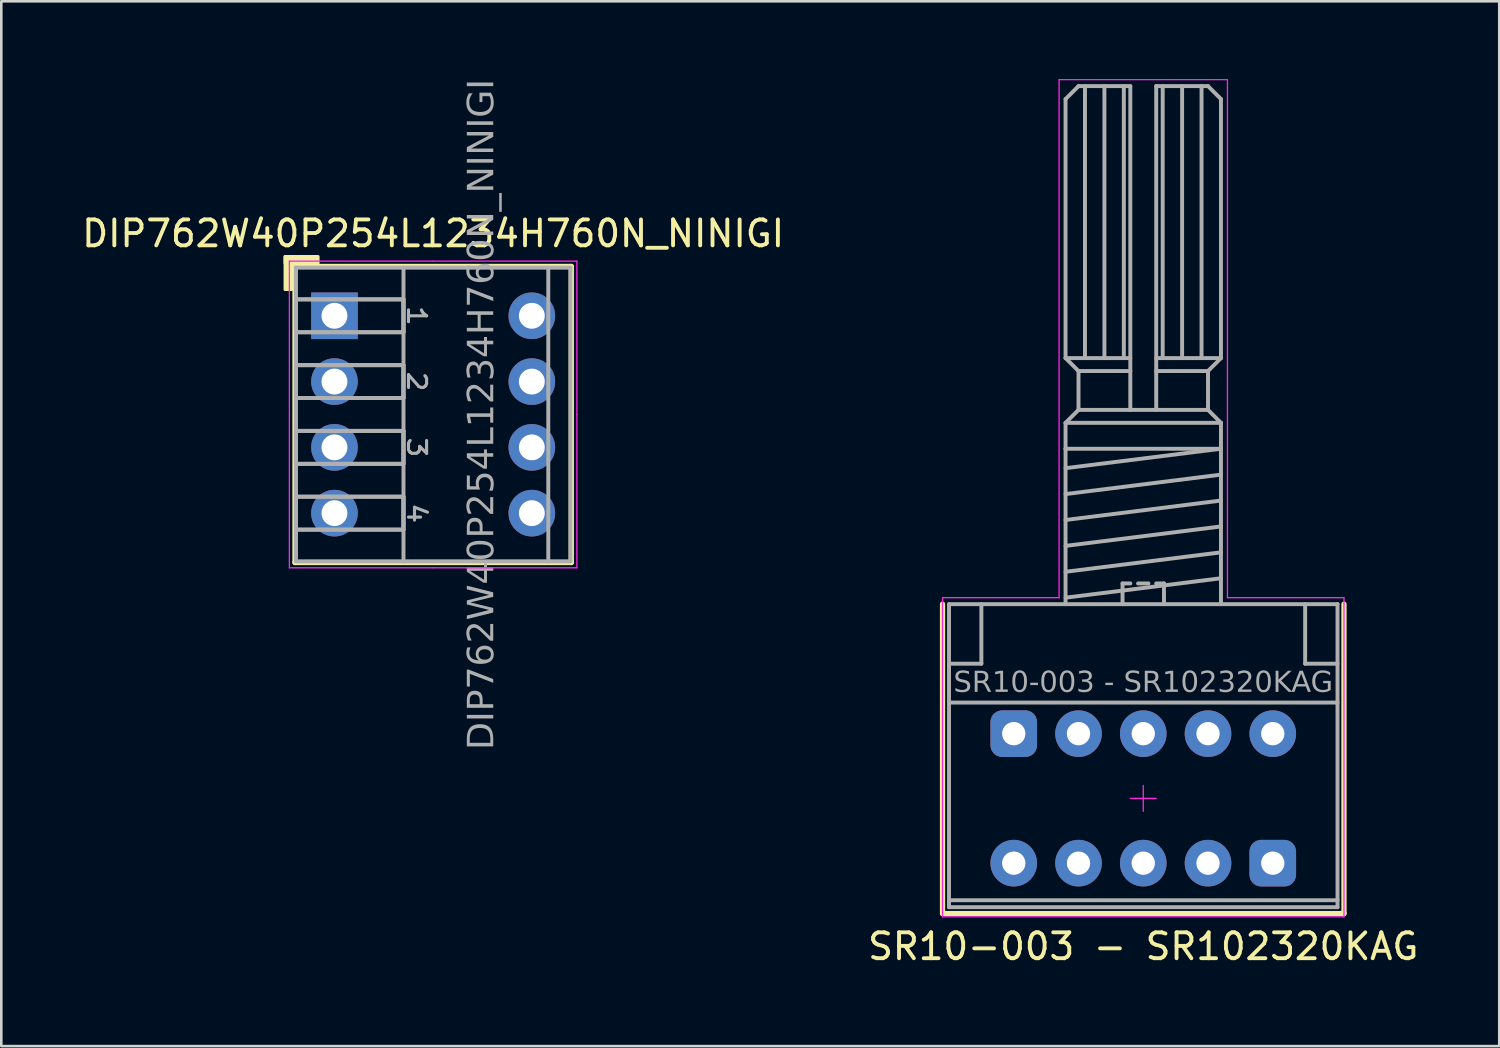
<source format=kicad_pcb>
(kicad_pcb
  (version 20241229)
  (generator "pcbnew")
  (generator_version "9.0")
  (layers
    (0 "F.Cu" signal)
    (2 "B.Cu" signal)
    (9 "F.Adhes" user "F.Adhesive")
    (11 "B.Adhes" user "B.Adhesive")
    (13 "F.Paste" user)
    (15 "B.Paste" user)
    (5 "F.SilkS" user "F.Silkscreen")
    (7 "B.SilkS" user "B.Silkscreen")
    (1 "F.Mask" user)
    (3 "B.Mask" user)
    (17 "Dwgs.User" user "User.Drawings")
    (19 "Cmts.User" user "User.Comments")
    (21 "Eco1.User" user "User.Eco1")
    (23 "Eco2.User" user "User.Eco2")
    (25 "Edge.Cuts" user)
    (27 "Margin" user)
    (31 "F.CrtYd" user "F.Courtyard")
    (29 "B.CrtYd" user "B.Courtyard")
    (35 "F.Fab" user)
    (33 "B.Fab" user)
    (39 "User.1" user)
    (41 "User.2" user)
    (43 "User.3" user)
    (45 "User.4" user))
  (footprint "DIP762W40P254L1234H760N_NINIGI"
    (layer "F.Cu")
    (at 13.673 12.952)
    (property "Reference" "DIP762W40P254L1234H760N_NINIGI" (at 0 -6.985 0) (layer "F.SilkS") (effects (font (size 1 1) (thickness 0.15))))
    (attr through_hole)
    (fp_line (start -5.334 -5.715) (end -5.334 5.715) (stroke (width 0.203) (type solid)) (layer "F.SilkS"))
    (fp_line (start -5.334 -5.715) (end 5.334 -5.715) (stroke (width 0.203) (type solid)) (layer "F.SilkS"))
    (fp_line (start -5.334 5.715) (end 5.334 5.715) (stroke (width 0.203) (type solid)) (layer "F.SilkS"))
    (fp_line (start 5.334 -5.715) (end 5.334 5.715) (stroke (width 0.203) (type solid)) (layer "F.SilkS"))
    (fp_rect (start -5.715 -4.826) (end -5.461 -6.096) (stroke (width 0.12) (type solid)) (fill yes) (layer "F.SilkS"))
    (fp_rect (start -4.445 -5.842) (end -5.715 -6.096) (stroke (width 0.12) (type solid)) (fill yes) (layer "F.SilkS"))
    (fp_line (start -5.55 -5.92) (end -5.55 0) (stroke (width 0.05) (type solid)) (layer "F.CrtYd"))
    (fp_line (start -5.55 -5.92) (end 0 -5.92) (stroke (width 0.05) (type solid)) (layer "F.CrtYd"))
    (fp_line (start -5.55 5.92) (end -5.55 0) (stroke (width 0.05) (type solid)) (layer "F.CrtYd"))
    (fp_line (start -5.55 5.92) (end 0 5.92) (stroke (width 0.05) (type solid)) (layer "F.CrtYd"))
    (fp_line (start 5.55 -5.92) (end 0 -5.92) (stroke (width 0.05) (type solid)) (layer "F.CrtYd"))
    (fp_line (start 5.55 -5.92) (end 5.55 0) (stroke (width 0.05) (type solid)) (layer "F.CrtYd"))
    (fp_line (start 5.55 5.92) (end 0 5.92) (stroke (width 0.05) (type solid)) (layer "F.CrtYd"))
    (fp_line (start 5.55 5.92) (end 5.55 0) (stroke (width 0.05) (type solid)) (layer "F.CrtYd"))
    (fp_line (start -5.3 -5.67) (end 5.3 -5.67) (stroke (width 0.152) (type solid)) (layer "F.Fab"))
    (fp_line (start -5.3 5.67) (end -5.3 -5.67) (stroke (width 0.152) (type solid)) (layer "F.Fab"))
    (fp_line (start -5.205 -3.175) (end -1.145 -3.175) (stroke (width 0.152) (type solid)) (layer "F.Fab"))
    (fp_line (start -5.205 -0.635) (end -1.145 -0.635) (stroke (width 0.152) (type solid)) (layer "F.Fab"))
    (fp_line (start -5.205 1.905) (end -1.145 1.905) (stroke (width 0.152) (type solid)) (layer "F.Fab"))
    (fp_line (start -5.205 4.445) (end -1.145 4.445) (stroke (width 0.152) (type solid)) (layer "F.Fab"))
    (fp_line (start -1.145 -5.67) (end -1.145 5.67) (stroke (width 0.152) (type solid)) (layer "F.Fab"))
    (fp_line (start -1.145 -4.445) (end -5.205 -4.445) (stroke (width 0.152) (type solid)) (layer "F.Fab"))
    (fp_line (start -1.145 -3.175) (end -1.145 -4.445) (stroke (width 0.152) (type solid)) (layer "F.Fab"))
    (fp_line (start -1.145 -1.905) (end -5.205 -1.905) (stroke (width 0.152) (type solid)) (layer "F.Fab"))
    (fp_line (start -1.145 -0.635) (end -1.145 -1.905) (stroke (width 0.152) (type solid)) (layer "F.Fab"))
    (fp_line (start -1.145 0.635) (end -5.205 0.635) (stroke (width 0.152) (type solid)) (layer "F.Fab"))
    (fp_line (start -1.145 1.905) (end -1.145 0.635) (stroke (width 0.152) (type solid)) (layer "F.Fab"))
    (fp_line (start -1.145 3.175) (end -5.205 3.175) (stroke (width 0.152) (type solid)) (layer "F.Fab"))
    (fp_line (start -1.145 4.445) (end -1.145 3.175) (stroke (width 0.152) (type solid)) (layer "F.Fab"))
    (fp_line (start 4.445 -5.67) (end 4.445 5.67) (stroke (width 0.152) (type solid)) (layer "F.Fab"))
    (fp_line (start 5.3 -5.67) (end 5.3 5.67) (stroke (width 0.152) (type solid)) (layer "F.Fab"))
    (fp_line (start 5.3 5.67) (end -5.3 5.67) (stroke (width 0.152) (type solid)) (layer "F.Fab"))
    (fp_rect (start -5.3 -4.445) (end -1.145 -3.175) (stroke (width 0.152) (type default)) (fill no) (layer "F.Fab"))
    (fp_rect (start -5.3 -1.905) (end -1.145 -0.635) (stroke (width 0.152) (type default)) (fill no) (layer "F.Fab"))
    (fp_rect (start -5.3 0.635) (end -1.145 1.905) (stroke (width 0.152) (type default)) (fill no) (layer "F.Fab"))
    (fp_rect (start -5.3 3.175) (end -1.145 4.445) (stroke (width 0.152) (type default)) (fill no) (layer "F.Fab"))
    (fp_text user "1" (at -0.635 -3.81 270) (unlocked yes) (layer "F.Fab") (effects (font (size 0.7 0.8) (thickness 0.12))))
    (fp_text user "3" (at -0.635 1.27 270) (unlocked yes) (layer "F.Fab") (effects (font (size 0.7 0.8) (thickness 0.12))))
    (fp_text user "2" (at -0.635 -1.27 270) (unlocked yes) (layer "F.Fab") (effects (font (size 0.7 0.8) (thickness 0.12))))
    (fp_text user "4" (at -0.635 3.81 270) (unlocked yes) (layer "F.Fab") (effects (font (size 0.7 0.8) (thickness 0.12))))
    (fp_text user "${REFERENCE}" (at 1.905 0 90) (layer "F.Fab") (effects (font (face "Tahoma") (size 1 1) (thickness 0.12))))
    (pad "1" thru_hole rect (at -3.81 -3.81) (size 1.8 1.8) (drill 1) (layers "*.Cu" "*.Mask"))
    (pad "2" thru_hole oval (at -3.81 -1.27) (size 1.8 1.8) (drill 1) (layers "*.Cu" "*.Mask"))
    (pad "3" thru_hole oval (at -3.81 1.27) (size 1.8 1.8) (drill 1) (layers "*.Cu" "*.Mask"))
    (pad "4" thru_hole oval (at -3.81 3.81) (size 1.8 1.8) (drill 1) (layers "*.Cu" "*.Mask"))
    (pad "5" thru_hole oval (at 3.81 3.81) (size 1.8 1.8) (drill 1) (layers "*.Cu" "*.Mask"))
    (pad "6" thru_hole oval (at 3.81 1.27) (size 1.8 1.8) (drill 1) (layers "*.Cu" "*.Mask"))
    (pad "7" thru_hole oval (at 3.81 -1.27) (size 1.8 1.8) (drill 1) (layers "*.Cu" "*.Mask"))
    (pad "8" thru_hole oval (at 3.81 -3.81) (size 1.8 1.8) (drill 1) (layers "*.Cu" "*.Mask")))
  (footprint "SR10-003 - SR102320KAG"
    (layer "F.Cu")
    (at 41.089 27.775)
    (property "Reference" "SR10-003 - SR102320KAG" (at 0 5.715 0) (layer "F.SilkS") (effects (font (size 1 1) (thickness 0.15))))
    (attr through_hole)
    (fp_line (start -7.75 -7.5) (end -7.75 4.445) (stroke (width 0.203) (type solid)) (layer "F.SilkS"))
    (fp_line (start 7.75 -7.5) (end 7.75 4.445) (stroke (width 0.203) (type solid)) (layer "F.SilkS"))
    (fp_line (start 7.75 4.445) (end -7.75 4.445) (stroke (width 0.203) (type solid)) (layer "F.SilkS"))
    (fp_line (start -7.75 -7.75) (end -7.75 4.572) (stroke (width 0.05) (type solid)) (layer "F.CrtYd"))
    (fp_line (start -7.75 4.572) (end 7.75 4.572) (stroke (width 0.05) (type solid)) (layer "F.CrtYd"))
    (fp_line (start -3.25 -27.75) (end -3.25 -7.75) (stroke (width 0.05) (type solid)) (layer "F.CrtYd"))
    (fp_line (start -3.25 -7.75) (end -7.75 -7.75) (stroke (width 0.05) (type solid)) (layer "F.CrtYd"))
    (fp_line (start -0.5 0) (end 0.5 0) (stroke (width 0.05) (type default)) (layer "F.CrtYd"))
    (fp_line (start 0 0.5) (end 0 -0.5) (stroke (width 0.05) (type default)) (layer "F.CrtYd"))
    (fp_line (start 3.25 -27.75) (end -3.25 -27.75) (stroke (width 0.05) (type solid)) (layer "F.CrtYd"))
    (fp_line (start 3.25 -27.75) (end 3.25 -7.75) (stroke (width 0.05) (type solid)) (layer "F.CrtYd"))
    (fp_line (start 7.75 -7.75) (end 3.25 -7.75) (stroke (width 0.05) (type solid)) (layer "F.CrtYd"))
    (fp_line (start 7.75 4.572) (end 7.75 -7.75) (stroke (width 0.05) (type solid)) (layer "F.CrtYd"))
    (fp_line (start -7.5 -7.5) (end 7.5 -7.5) (stroke (width 0.152) (type solid)) (layer "F.Fab"))
    (fp_line (start -7.5 4.2) (end -7.5 -7.5) (stroke (width 0.152) (type default)) (layer "F.Fab"))
    (fp_line (start -7.5 4.2) (end 7.5 4.2) (stroke (width 0.152) (type solid)) (layer "F.Fab"))
    (fp_line (start -6.25 -7.5) (end -6.25 -5.2) (stroke (width 0.152) (type default)) (layer "F.Fab"))
    (fp_line (start -6.25 -5.2) (end -7.5 -5.2) (stroke (width 0.152) (type default)) (layer "F.Fab"))
    (fp_line (start -3 -27) (end -3 -17) (stroke (width 0.152) (type default)) (layer "F.Fab"))
    (fp_line (start -3 -27) (end -2.5 -27.5) (stroke (width 0.152) (type default)) (layer "F.Fab"))
    (fp_line (start -3 -17) (end -0.5 -17) (stroke (width 0.152) (type default)) (layer "F.Fab"))
    (fp_line (start -3 -14.5) (end -2.5 -15) (stroke (width 0.152) (type default)) (layer "F.Fab"))
    (fp_line (start -3 -14.5) (end 3 -14.5) (stroke (width 0.152) (type default)) (layer "F.Fab"))
    (fp_line (start -3 -13.5) (end -3 -14.5) (stroke (width 0.152) (type default)) (layer "F.Fab"))
    (fp_line (start -3 -13.5) (end -3 -7.5) (stroke (width 0.152) (type default)) (layer "F.Fab"))
    (fp_line (start -2.5 -27.5) (end -0.5 -27.5) (stroke (width 0.152) (type default)) (layer "F.Fab"))
    (fp_line (start -2.5 -16.5) (end -3 -17) (stroke (width 0.152) (type default)) (layer "F.Fab"))
    (fp_line (start -2.5 -16.5) (end -0.5 -16.5) (stroke (width 0.152) (type default)) (layer "F.Fab"))
    (fp_line (start -2.5 -15) (end -2.5 -16.5) (stroke (width 0.152) (type default)) (layer "F.Fab"))
    (fp_line (start -2.25 -17) (end -2.25 -27.5) (stroke (width 0.152) (type default)) (layer "F.Fab"))
    (fp_line (start -1.5 -17) (end -1.5 -27.5) (stroke (width 0.152) (type default)) (layer "F.Fab"))
    (fp_line (start -0.8 -8.3) (end -0.5 -8.3) (stroke (width 0.152) (type default)) (layer "F.Fab"))
    (fp_line (start -0.8 -7.5) (end -0.8 -8.3) (stroke (width 0.152) (type default)) (layer "F.Fab"))
    (fp_line (start -0.75 -17) (end -0.75 -27.5) (stroke (width 0.152) (type default)) (layer "F.Fab"))
    (fp_line (start -0.5 -15) (end -0.5 -27.5) (stroke (width 0.152) (type default)) (layer "F.Fab"))
    (fp_line (start -0.2 -8.3) (end 0.2 -8.3) (stroke (width 0.152) (type default)) (layer "F.Fab"))
    (fp_line (start 0.5 -15) (end 0.5 -27.5) (stroke (width 0.152) (type default)) (layer "F.Fab"))
    (fp_line (start 0.75 -17) (end 0.75 -27.5) (stroke (width 0.152) (type default)) (layer "F.Fab"))
    (fp_line (start 0.8 -8.3) (end 0.5 -8.3) (stroke (width 0.152) (type default)) (layer "F.Fab"))
    (fp_line (start 0.8 -8.3) (end 0.8 -7.5) (stroke (width 0.152) (type default)) (layer "F.Fab"))
    (fp_line (start 1.5 -17) (end 1.5 -27.5) (stroke (width 0.152) (type default)) (layer "F.Fab"))
    (fp_line (start 2.25 -17) (end 2.25 -27.5) (stroke (width 0.152) (type default)) (layer "F.Fab"))
    (fp_line (start 2.5 -27.5) (end 0.5 -27.5) (stroke (width 0.152) (type default)) (layer "F.Fab"))
    (fp_line (start 2.5 -16.5) (end 0.5 -16.5) (stroke (width 0.152) (type default)) (layer "F.Fab"))
    (fp_line (start 2.5 -16.5) (end 3 -17) (stroke (width 0.152) (type default)) (layer "F.Fab"))
    (fp_line (start 2.5 -15) (end -2.5 -15) (stroke (width 0.152) (type default)) (layer "F.Fab"))
    (fp_line (start 2.5 -15) (end 2.5 -16.5) (stroke (width 0.152) (type default)) (layer "F.Fab"))
    (fp_line (start 3 -27) (end 2.5 -27.5) (stroke (width 0.152) (type default)) (layer "F.Fab"))
    (fp_line (start 3 -17) (end 0.5 -17) (stroke (width 0.152) (type default)) (layer "F.Fab"))
    (fp_line (start 3 -17) (end 3 -27) (stroke (width 0.152) (type default)) (layer "F.Fab"))
    (fp_line (start 3 -14.5) (end 2.5 -15) (stroke (width 0.152) (type default)) (layer "F.Fab"))
    (fp_line (start 3 -13.5) (end -3 -13.5) (stroke (width 0.152) (type default)) (layer "F.Fab"))
    (fp_line (start 3 -13.5) (end -3 -12.75) (stroke (width 0.152) (type default)) (layer "F.Fab"))
    (fp_line (start 3 -13.5) (end 3 -14.5) (stroke (width 0.152) (type default)) (layer "F.Fab"))
    (fp_line (start 3 -12.5) (end -3 -11.75) (stroke (width 0.152) (type default)) (layer "F.Fab"))
    (fp_line (start 3 -11.5) (end -3 -10.75) (stroke (width 0.152) (type default)) (layer "F.Fab"))
    (fp_line (start 3 -10.5) (end -3 -9.75) (stroke (width 0.152) (type default)) (layer "F.Fab"))
    (fp_line (start 3 -9.5) (end -3 -8.75) (stroke (width 0.152) (type default)) (layer "F.Fab"))
    (fp_line (start 3 -8.5) (end -3 -7.75) (stroke (width 0.152) (type default)) (layer "F.Fab"))
    (fp_line (start 3 -7.5) (end 3 -13.5) (stroke (width 0.152) (type default)) (layer "F.Fab"))
    (fp_line (start 6.25 -7.5) (end 6.25 -5.2) (stroke (width 0.152) (type default)) (layer "F.Fab"))
    (fp_line (start 6.25 -5.2) (end 7.5 -5.2) (stroke (width 0.152) (type default)) (layer "F.Fab"))
    (fp_line (start 7.5 -3.7) (end -7.5 -3.7) (stroke (width 0.152) (type default)) (layer "F.Fab"))
    (fp_line (start 7.5 3.93) (end -7.5 3.93) (stroke (width 0.152) (type default)) (layer "F.Fab"))
    (fp_line (start 7.5 4.2) (end 7.5 -7.5) (stroke (width 0.152) (type default)) (layer "F.Fab"))
    (fp_text user "${REFERENCE}" (at 0 -4.445 180) (layer "F.Fab") (effects (font (face "Tahoma") (size 0.8 0.8) (thickness 0.12))))
    (pad "A1" thru_hole circle (at -2.5 -2.5 180) (size 1.8 1.8) (drill 0.9) (layers "*.Cu" "*.Mask"))
    (pad "A2" thru_hole circle (at 0 -2.5 180) (size 1.8 1.8) (drill 0.9) (layers "*.Cu" "*.Mask"))
    (pad "A3" thru_hole circle (at 2.5 -2.5 180) (size 1.8 1.8) (drill 0.9) (layers "*.Cu" "*.Mask"))
    (pad "A4" thru_hole circle (at 5 -2.5 180) (size 1.8 1.8) (drill 0.9) (layers "*.Cu" "*.Mask"))
    (pad "ACOM" thru_hole roundrect (at -5 -2.5 180) (size 1.8 1.8) (drill 0.9) (layers "*.Cu" "*.Mask") (roundrect_rratio 0.25))
    (pad "B1" thru_hole circle (at -5 2.5 180) (size 1.8 1.8) (drill 0.9) (layers "*.Cu" "*.Mask"))
    (pad "B2" thru_hole circle (at -2.5 2.5 180) (size 1.8 1.8) (drill 0.9) (layers "*.Cu" "*.Mask"))
    (pad "B3" thru_hole circle (at 0 2.5 180) (size 1.8 1.8) (drill 0.9) (layers "*.Cu" "*.Mask"))
    (pad "B4" thru_hole circle (at 2.5 2.5 180) (size 1.8 1.8) (drill 0.9) (layers "*.Cu" "*.Mask"))
    (pad "BCOM" thru_hole roundrect (at 5 2.5 180) (size 1.8 1.8) (drill 0.9) (layers "*.Cu" "*.Mask") (roundrect_rratio 0.25)))
  (gr_rect
    (start -3 -3)
    (end 54.833 37.338)
    (stroke (width 0.1) (type default))
    (fill no)
    (layer "Edge.Cuts")))
</source>
